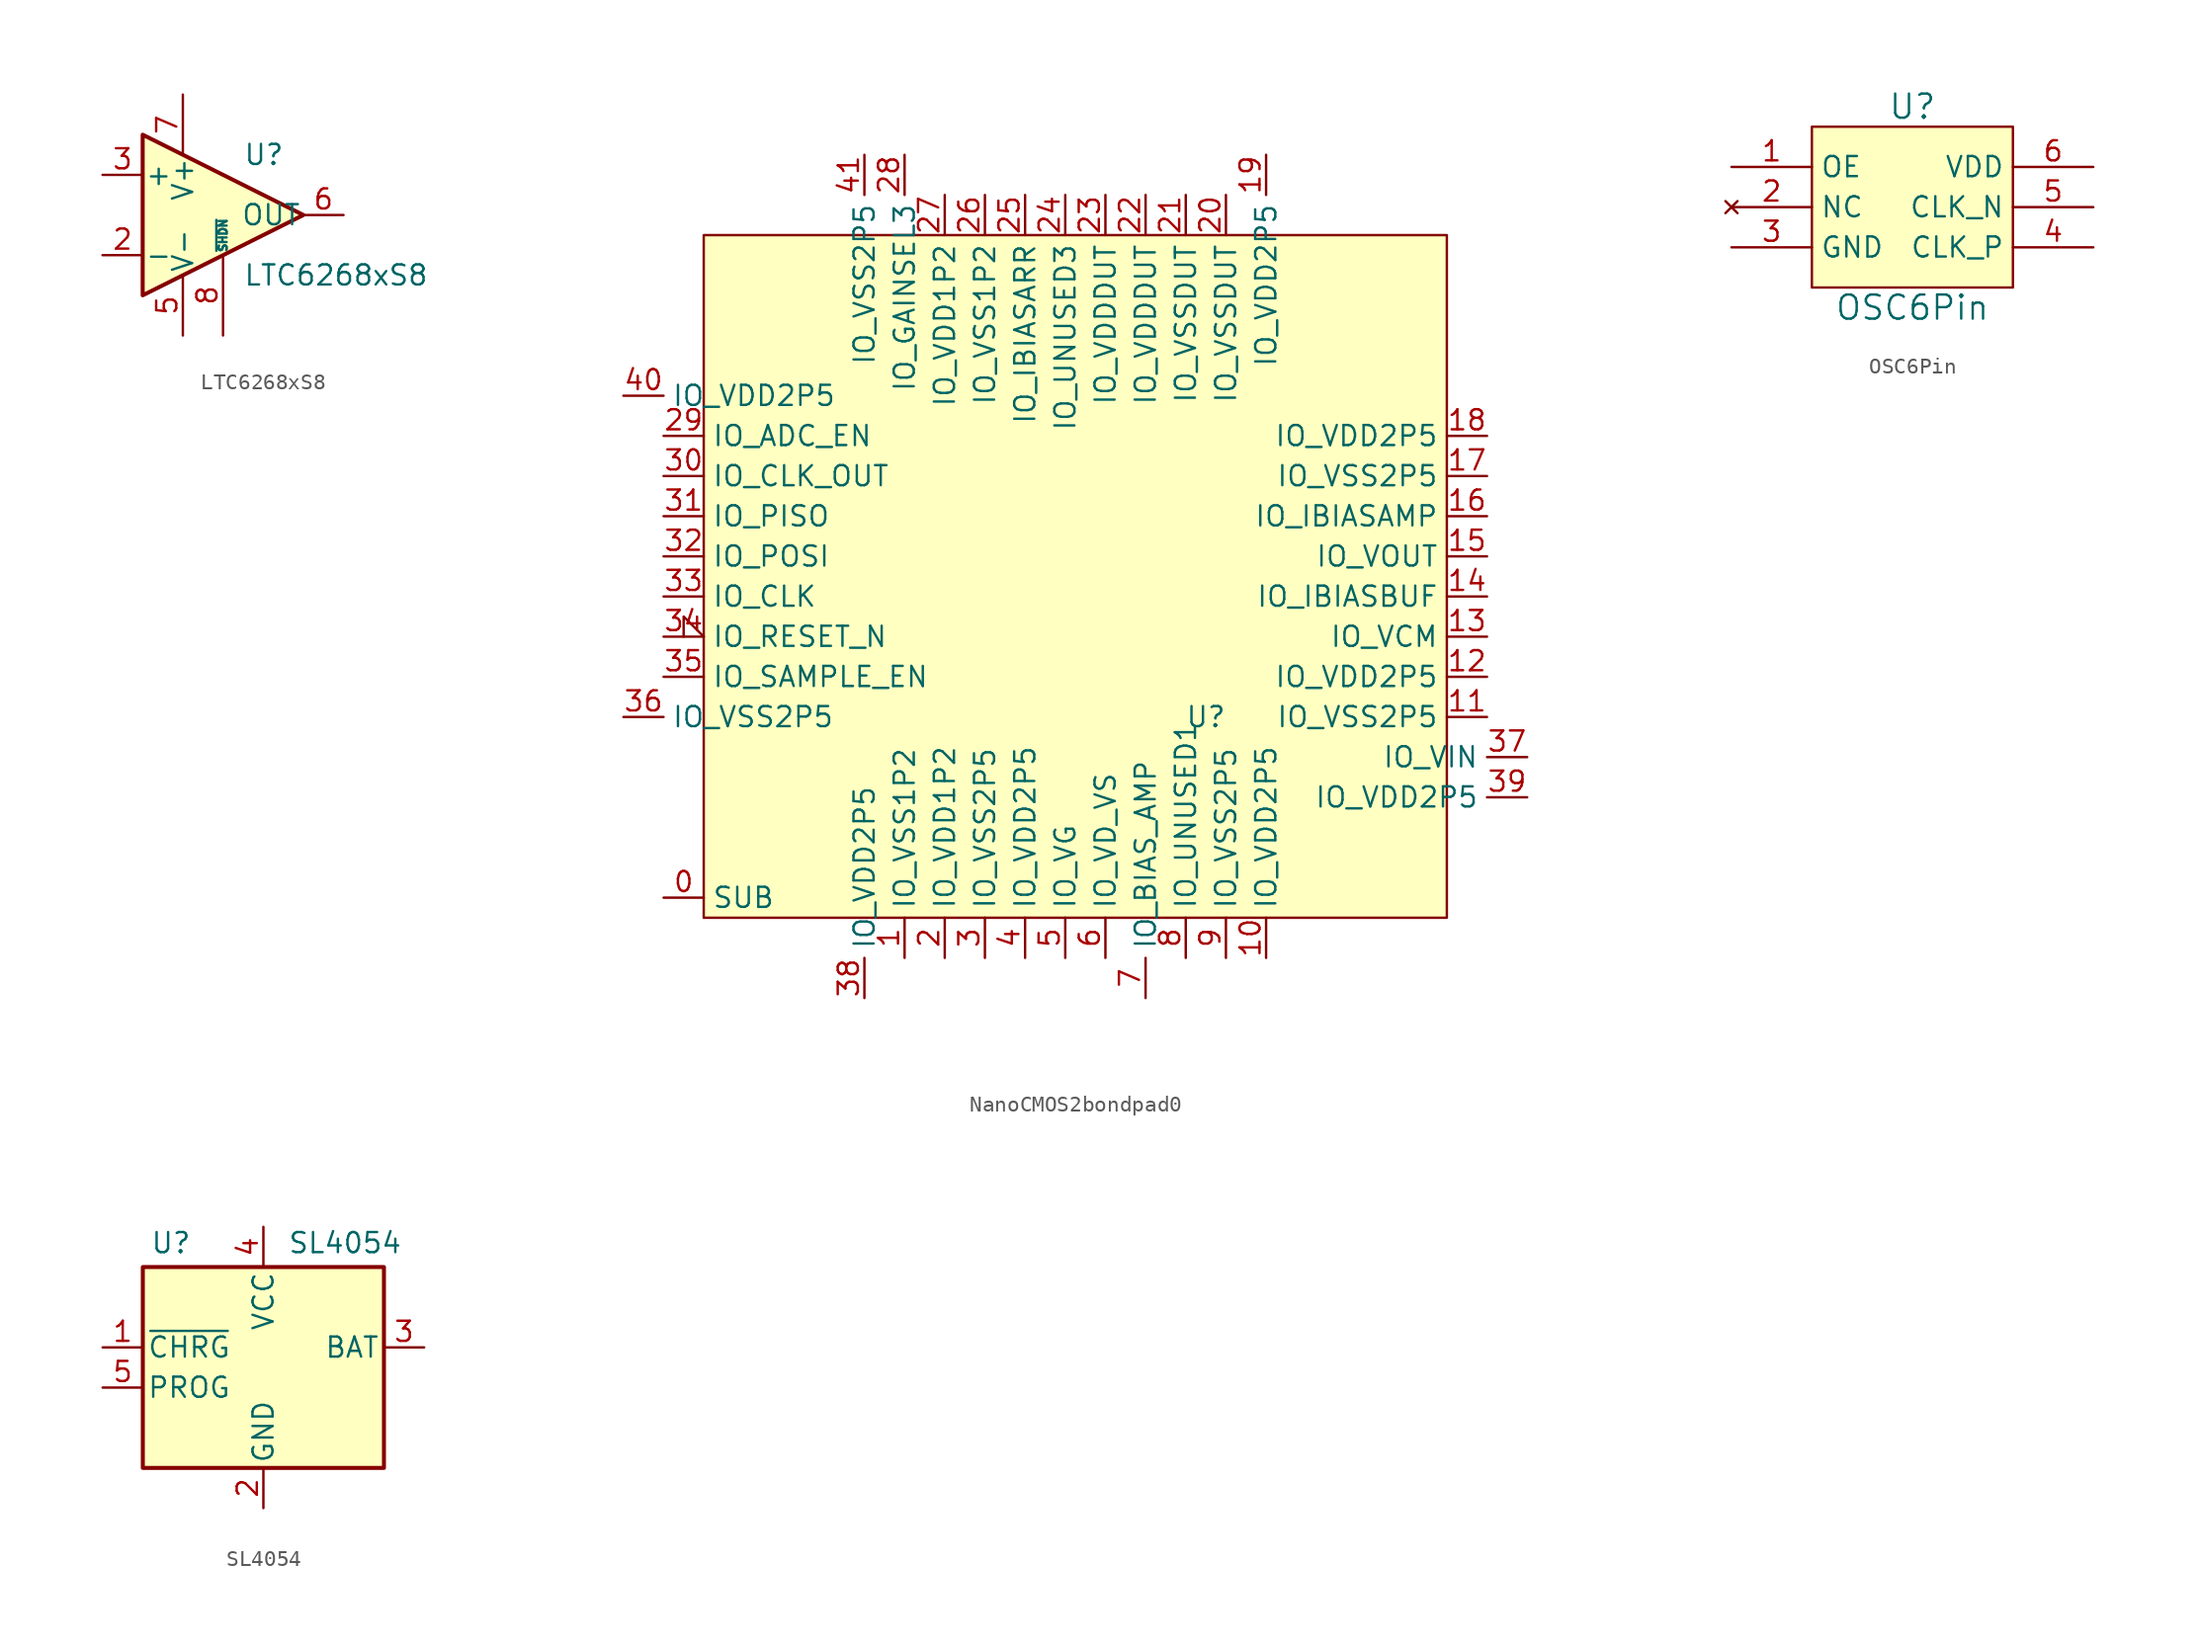
<source format=kicad_sym>
(kicad_symbol_lib
  (version 20241209)
  (generator "kicad_symbol_editor")
  (generator_version "9.0")
  (symbol "LTC6268xS8"
    (pin_names
      (offset 0.127))
    (property "Reference" "U"
      (at 1.27 3.81 0)
      (effects (font (size 1.27 1.27)) (justify left)))
    (property "Value" "LTC6268xS8"
      (at 1.27 -3.81 0)
      (effects (font (size 1.27 1.27)) (justify left)))
    (symbol "LTC6268xS8_0_1"
      (polyline (pts (xy -5.08 5.08) (xy 5.08 0) (xy -5.08 -5.08) (xy -5.08 5.08)) (stroke (width 0.254) (type default)) (fill (type background))))
    (symbol "LTC6268xS8_1_1"
      (pin input line (at -7.62 2.54 0) (length 2.54) (name "+" (effects (font (size 1.27 1.27)))) (number "3" (effects (font (size 1.27 1.27)))))
      (pin input line (at -7.62 -2.54 0) (length 2.54) (name "-" (effects (font (size 1.27 1.27)))) (number "2" (effects (font (size 1.27 1.27)))))
      (pin power_in line (at -2.54 7.62 270) (length 3.81) (name "V+" (effects (font (size 1.27 1.27)))) (number "7" (effects (font (size 1.27 1.27)))))
      (pin power_in line (at -2.54 -7.62 90) (length 3.81) (name "V-" (effects (font (size 1.27 1.27)))) (number "5" (effects (font (size 1.27 1.27)))))
      (pin input line (at 0 -7.62 90) (length 5.08) (name "~{SHDN}" (effects (font (size 0.508 0.508)))) (number "8" (effects (font (size 1.27 1.27)))))
      (pin output line (at 7.62 0 180) (length 2.54) (name "OUT" (effects (font (size 1.27 1.27)))) (number "6" (effects (font (size 1.27 1.27)))))))
  (symbol "NanoCMOS2bondpad0"
    (property "Reference" "U"
      (at 7.62 -8.89 0)
      (effects (font (size 1.27 1.27))))
    (property "Value" ""
      (at 7.62 -8.89 0)
      (effects (font (size 1.27 1.27))))
    (symbol "NanoCMOS2bondpad0_1_1"
      (rectangle (start -24.13 21.59) (end 22.86 -21.59) (stroke (width 0) (type default)) (fill (type background)))
      (pin power_in line (at -29.21 11.43 0) (length 2.54) (name "IO_VDD2P5" (effects (font (size 1.27 1.27)))) (number "40" (effects (font (size 1.27 1.27)))))
      (pin power_in line (at -29.21 -8.89 0) (length 2.54) (name "IO_VSS2P5" (effects (font (size 1.27 1.27)))) (number "36" (effects (font (size 1.27 1.27)))))
      (pin output line (at -26.67 8.89 0) (length 2.54) (name "IO_ADC_EN" (effects (font (size 1.27 1.27)))) (number "29" (effects (font (size 1.27 1.27)))))
      (pin output line (at -26.67 6.35 0) (length 2.54) (name "IO_CLK_OUT" (effects (font (size 1.27 1.27)))) (number "30" (effects (font (size 1.27 1.27)))))
      (pin output line (at -26.67 3.81 0) (length 2.54) (name "IO_PISO" (effects (font (size 1.27 1.27)))) (number "31" (effects (font (size 1.27 1.27)))))
      (pin input line (at -26.67 1.27 0) (length 2.54) (name "IO_POSI" (effects (font (size 1.27 1.27)))) (number "32" (effects (font (size 1.27 1.27)))))
      (pin input line (at -26.67 -1.27 0) (length 2.54) (name "IO_CLK" (effects (font (size 1.27 1.27)))) (number "33" (effects (font (size 1.27 1.27)))))
      (pin input input_low (at -26.67 -3.81 0) (length 2.54) (name "IO_RESET_N" (effects (font (size 1.27 1.27)))) (number "34" (effects (font (size 1.27 1.27)))))
      (pin input line (at -26.67 -6.35 0) (length 2.54) (name "IO_SAMPLE_EN" (effects (font (size 1.27 1.27)))) (number "35" (effects (font (size 1.27 1.27)))))
      (pin passive line (at -26.67 -20.32 0) (length 2.54) (name "SUB" (effects (font (size 1.27 1.27)))) (number "0" (effects (font (size 1.27 1.27)))))
      (pin power_in line (at -13.97 26.67 270) (length 2.54) (name "IO_VSS2P5" (effects (font (size 1.27 1.27)))) (number "41" (effects (font (size 1.27 1.27)))))
      (pin power_in line (at -13.97 -26.67 90) (length 2.54) (name "IO_VDD2P5" (effects (font (size 1.27 1.27)))) (number "38" (effects (font (size 1.27 1.27)))))
      (pin bidirectional line (at -11.43 26.67 270) (length 2.54) (name "IO_GAINSEL3" (effects (font (size 1.27 1.27)))) (number "28" (effects (font (size 1.27 1.27)))))
      (pin power_in line (at -11.43 -24.13 90) (length 2.54) (name "IO_VSS1P2" (effects (font (size 1.27 1.27)))) (number "1" (effects (font (size 1.27 1.27)))))
      (pin power_in line (at -8.89 24.13 270) (length 2.54) (name "IO_VDD1P2" (effects (font (size 1.27 1.27)))) (number "27" (effects (font (size 1.27 1.27)))))
      (pin power_in line (at -8.89 -24.13 90) (length 2.54) (name "IO_VDD1P2" (effects (font (size 1.27 1.27)))) (number "2" (effects (font (size 1.27 1.27)))))
      (pin power_in line (at -6.35 24.13 270) (length 2.54) (name "IO_VSS1P2" (effects (font (size 1.27 1.27)))) (number "26" (effects (font (size 1.27 1.27)))))
      (pin power_in line (at -6.35 -24.13 90) (length 2.54) (name "IO_VSS2P5" (effects (font (size 1.27 1.27)))) (number "3" (effects (font (size 1.27 1.27)))))
      (pin bidirectional line (at -3.81 24.13 270) (length 2.54) (name "IO_IBIASARR" (effects (font (size 1.27 1.27)))) (number "25" (effects (font (size 1.27 1.27)))))
      (pin power_in line (at -3.81 -24.13 90) (length 2.54) (name "IO_VDD2P5" (effects (font (size 1.27 1.27)))) (number "4" (effects (font (size 1.27 1.27)))))
      (pin bidirectional line (at -1.27 24.13 270) (length 2.54) (name "IO_UNUSED3" (effects (font (size 1.27 1.27)))) (number "24" (effects (font (size 1.27 1.27)))))
      (pin bidirectional line (at -1.27 -24.13 90) (length 2.54) (name "IO_VG" (effects (font (size 1.27 1.27)))) (number "5" (effects (font (size 1.27 1.27)))))
      (pin power_in line (at 1.27 24.13 270) (length 2.54) (name "IO_VDDDUT" (effects (font (size 1.27 1.27)))) (number "23" (effects (font (size 1.27 1.27)))))
      (pin bidirectional line (at 1.27 -24.13 90) (length 2.54) (name "IO_VD_VS" (effects (font (size 1.27 1.27)))) (number "6" (effects (font (size 1.27 1.27)))))
      (pin power_in line (at 3.81 24.13 270) (length 2.54) (name "IO_VDDDUT" (effects (font (size 1.27 1.27)))) (number "22" (effects (font (size 1.27 1.27)))))
      (pin bidirectional line (at 3.81 -26.67 90) (length 2.54) (name "IO_BIAS_AMP" (effects (font (size 1.27 1.27)))) (number "7" (effects (font (size 1.27 1.27)))))
      (pin power_in line (at 6.35 24.13 270) (length 2.54) (name "IO_VSSDUT" (effects (font (size 1.27 1.27)))) (number "21" (effects (font (size 1.27 1.27)))))
      (pin bidirectional line (at 6.35 -24.13 90) (length 2.54) (name "IO_UNUSED1" (effects (font (size 1.27 1.27)))) (number "8" (effects (font (size 1.27 1.27)))))
      (pin power_in line (at 8.89 24.13 270) (length 2.54) (name "IO_VSSDUT" (effects (font (size 1.27 1.27)))) (number "20" (effects (font (size 1.27 1.27)))))
      (pin power_in line (at 8.89 -24.13 90) (length 2.54) (name "IO_VSS2P5" (effects (font (size 1.27 1.27)))) (number "9" (effects (font (size 1.27 1.27)))))
      (pin power_in line (at 11.43 26.67 270) (length 2.54) (name "IO_VDD2P5" (effects (font (size 1.27 1.27)))) (number "19" (effects (font (size 1.27 1.27)))))
      (pin power_in line (at 11.43 -24.13 90) (length 2.54) (name "IO_VDD2P5" (effects (font (size 1.27 1.27)))) (number "10" (effects (font (size 1.27 1.27)))))
      (pin power_in line (at 25.4 8.89 180) (length 2.54) (name "IO_VDD2P5" (effects (font (size 1.27 1.27)))) (number "18" (effects (font (size 1.27 1.27)))))
      (pin power_in line (at 25.4 6.35 180) (length 2.54) (name "IO_VSS2P5" (effects (font (size 1.27 1.27)))) (number "17" (effects (font (size 1.27 1.27)))))
      (pin bidirectional line (at 25.4 3.81 180) (length 2.54) (name "IO_IBIASAMP" (effects (font (size 1.27 1.27)))) (number "16" (effects (font (size 1.27 1.27)))))
      (pin output line (at 25.4 1.27 180) (length 2.54) (name "IO_VOUT" (effects (font (size 1.27 1.27)))) (number "15" (effects (font (size 1.27 1.27)))))
      (pin bidirectional line (at 25.4 -1.27 180) (length 2.54) (name "IO_IBIASBUF" (effects (font (size 1.27 1.27)))) (number "14" (effects (font (size 1.27 1.27)))))
      (pin bidirectional line (at 25.4 -3.81 180) (length 2.54) (name "IO_VCM" (effects (font (size 1.27 1.27)))) (number "13" (effects (font (size 1.27 1.27)))))
      (pin power_in line (at 25.4 -6.35 180) (length 2.54) (name "IO_VDD2P5" (effects (font (size 1.27 1.27)))) (number "12" (effects (font (size 1.27 1.27)))))
      (pin power_in line (at 25.4 -8.89 180) (length 2.54) (name "IO_VSS2P5" (effects (font (size 1.27 1.27)))) (number "11" (effects (font (size 1.27 1.27)))))
      (pin input line (at 27.94 -11.43 180) (length 2.54) (name "IO_VIN" (effects (font (size 1.27 1.27)))) (number "37" (effects (font (size 1.27 1.27)))))
      (pin power_in line (at 27.94 -13.97 180) (length 2.54) (name "IO_VDD2P5" (effects (font (size 1.27 1.27)))) (number "39" (effects (font (size 1.27 1.27)))))))
  (symbol "OSC6Pin"
    (property "Reference" "U"
      (at 0 6.35 0)
      (effects (font (size 1.524 1.524))))
    (property "Value" "OSC6Pin"
      (at 0 -6.35 0)
      (effects (font (size 1.524 1.524))))
    (property "Footprint" ""
      (at 0 0 0)
      (effects (font (size 1.524 1.524))))
    (property "Datasheet" ""
      (at 0 0 0)
      (effects (font (size 1.524 1.524))))
    (symbol "OSC6Pin_0_1"
      (rectangle (start -6.35 5.08) (end 6.35 -5.08) (stroke (width 0) (type default)) (fill (type background))))
    (symbol "OSC6Pin_1_1"
      (pin input line (at -11.43 2.54 0) (length 5.08) (name "OE" (effects (font (size 1.27 1.27)))) (number "1" (effects (font (size 1.27 1.27)))))
      (pin no_connect line (at -11.43 0 0) (length 5.08) (name "NC" (effects (font (size 1.27 1.27)))) (number "2" (effects (font (size 1.27 1.27)))))
      (pin input line (at -11.43 -2.54 0) (length 5.08) (name "GND" (effects (font (size 1.27 1.27)))) (number "3" (effects (font (size 1.27 1.27)))))
      (pin input line (at 11.43 2.54 180) (length 5.08) (name "VDD" (effects (font (size 1.27 1.27)))) (number "6" (effects (font (size 1.27 1.27)))))
      (pin output line (at 11.43 0 180) (length 5.08) (name "CLK_N" (effects (font (size 1.27 1.27)))) (number "5" (effects (font (size 1.27 1.27)))))
      (pin output line (at 11.43 -2.54 180) (length 5.08) (name "CLK_P" (effects (font (size 1.27 1.27)))) (number "4" (effects (font (size 1.27 1.27)))))))
  (symbol "SL4054"
    (pin_names
      (offset 0.254))
    (property "Reference" "U"
      (at -5.842 6.604 0)
      (effects (font (size 1.27 1.27))))
    (property "Value" "SL4054"
      (at 1.524 6.604 0)
      (effects (font (size 1.27 1.27)) (justify left)))
    (symbol "SL4054_0_1"
      (rectangle (start -7.62 5.08) (end 7.62 -7.62) (stroke (width 0.254) (type default)) (fill (type background))))
    (symbol "SL4054_1_1"
      (pin open_collector line (at -10.16 0 0) (length 2.54) (name "~{CHRG}" (effects (font (size 1.27 1.27)))) (number "1" (effects (font (size 1.27 1.27)))))
      (pin bidirectional line (at -10.16 -2.54 0) (length 2.54) (name "PROG" (effects (font (size 1.27 1.27)))) (number "5" (effects (font (size 1.27 1.27)))))
      (pin power_in line (at 0 7.62 270) (length 2.54) (name "VCC" (effects (font (size 1.27 1.27)))) (number "4" (effects (font (size 1.27 1.27)))))
      (pin power_in line (at 0 -10.16 90) (length 2.54) (name "GND" (effects (font (size 1.27 1.27)))) (number "2" (effects (font (size 1.27 1.27)))))
      (pin power_out line (at 10.16 0 180) (length 2.54) (name "BAT" (effects (font (size 1.27 1.27)))) (number "3" (effects (font (size 1.27 1.27))))))))
</source>
